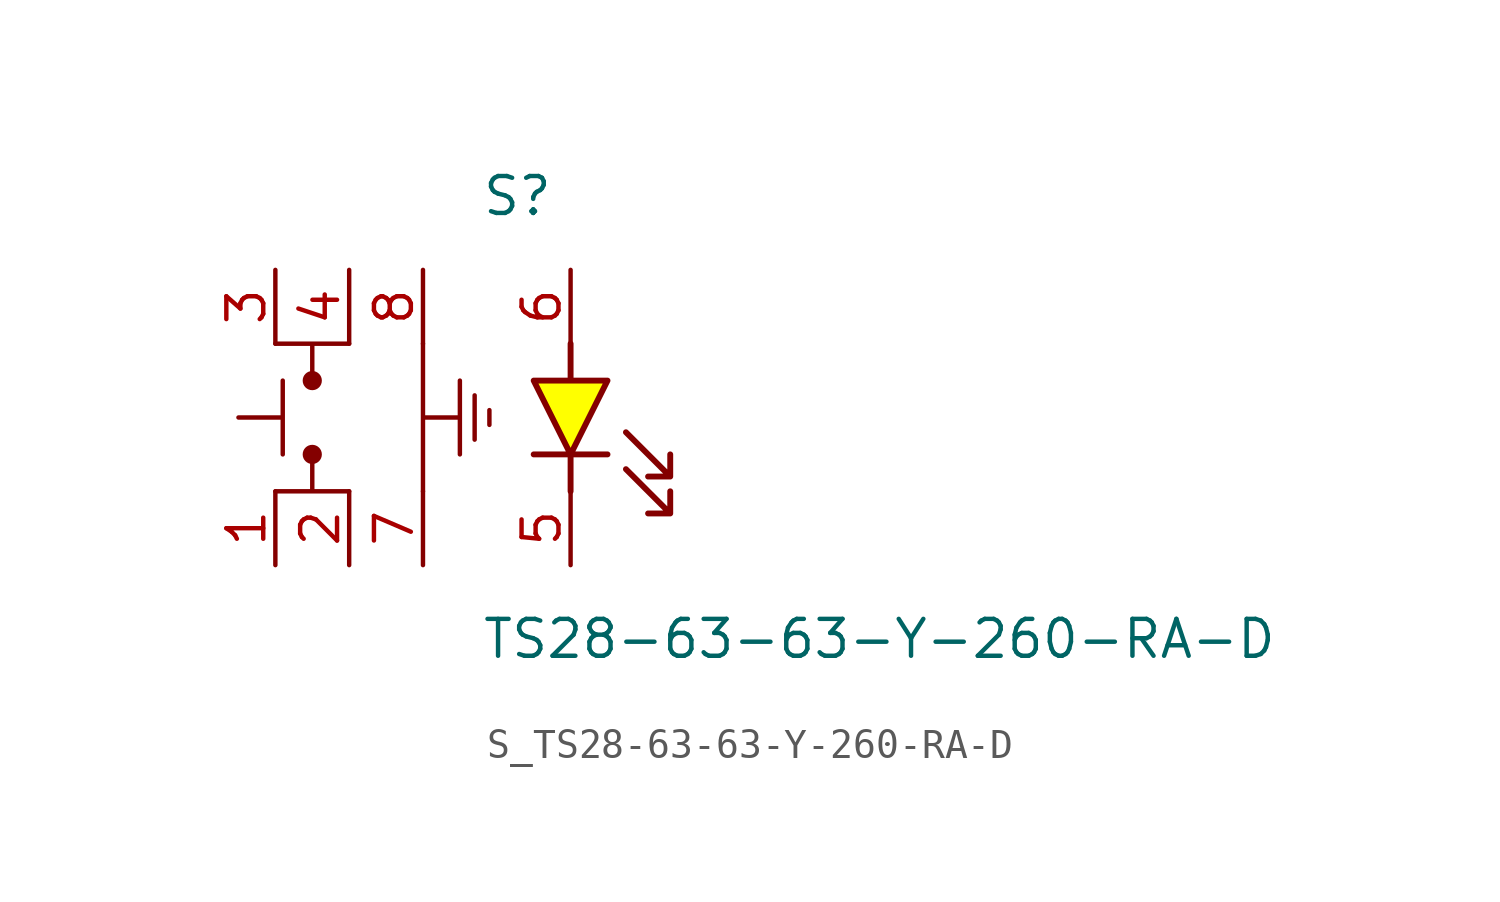
<source format=kicad_sym>
(kicad_symbol_lib
  (version 20231120)
  (generator kicad_symbol_editor)
  (generator_version 8.0)
  (symbol "S_TS28-63-63-Y-260-RA-D"
    (pin_names
      (offset 0.254))
    (property "Reference" "S"
      (at 2 7.62 0)
      (effects (font (size 1.27 1.27)) (justify left)))
    (property "Value" "TS28-63-63-Y-260-RA-D"
      (at 2 -7.62 0)
      (effects (font (size 1.27 1.27)) (justify left)))
    (symbol "S_TS28-63-63-Y-260-RA-D_0_0"
      (pin passive line (at -5.08 5.08 270) (length 2.54) (name "" (effects (font (size 1.27 1.27)))) (number "3" (effects (font (size 1.27 1.27)))))
      (pin passive line (at -2.54 5.08 270) (length 2.54) (name "" (effects (font (size 1.27 1.27)))) (number "4" (effects (font (size 1.27 1.27)))))
      (pin passive line (at 0 5.08 270) (length 2.54) (name "" (effects (font (size 1.27 1.27)))) (number "8" (effects (font (size 1.27 1.27)))))
      (pin passive line (at 5.08 5.08 270) (length 2.54) (name "" (effects (font (size 1.27 1.27)))) (number "6" (effects (font (size 1.27 1.27)))))
      (pin passive line (at -5.08 -5.08 90) (length 2.54) (name "" (effects (font (size 1.27 1.27)))) (number "1" (effects (font (size 1.27 1.27)))))
      (pin passive line (at -2.54 -5.08 90) (length 2.54) (name "" (effects (font (size 1.27 1.27)))) (number "2" (effects (font (size 1.27 1.27)))))
      (pin passive line (at 0 -5.08 90) (length 2.54) (name "" (effects (font (size 1.27 1.27)))) (number "7" (effects (font (size 1.27 1.27)))))
      (pin passive line (at 5.08 -5.08 90) (length 2.54) (name "" (effects (font (size 1.27 1.27)))) (number "5" (effects (font (size 1.27 1.27)))))
      (polyline (pts (xy -4.826 1.27) (xy -4.826 -1.27) (xy -4.826 0) (xy -6.35 0)) (stroke (width 0) (type default)) (fill (type none)))
      (circle (center -3.81 1.27) (radius 0.254) (stroke (width 0) (type solid)) (fill (type outline)))
      (circle (center -3.81 -1.27) (radius 0.254) (stroke (width 0) (type solid)) (fill (type outline)))
      (polyline (pts (xy -2.54 2.54) (xy -5.08 2.54) (xy -3.81 2.54) (xy -3.81 1.27)) (stroke (width 0) (type default)) (fill (type none)))
      (polyline (pts (xy -2.54 -2.54) (xy -5.08 -2.54) (xy -3.81 -2.54) (xy -3.81 -1.27)) (stroke (width 0) (type default)) (fill (type none)))
      (polyline (pts (xy 5.08 -2.54) (xy 5.08 -1.27) (xy 6.35 -1.27) (xy 5.08 -1.27) (xy 6.35 1.27) (xy 5.08 1.27) (xy 5.08 2.54) (xy 5.08 1.27) (xy 3.81 1.27) (xy 5.08 -1.27) (xy 3.81 -1.27) (xy 5.08 -1.27) (xy 5.08 -2.54)) (stroke (width 0.203) (type solid)) (fill (type color) (color 255 255 0 1)))
      (polyline (pts (xy 6.985 -0.508) (xy 8.509 -2.032) (xy 8.509 -1.27) (xy 8.509 -2.032) (xy 7.747 -2.032)) (stroke (width 0.203) (type default)) (fill (type none)))
      (polyline (pts (xy 6.985 -1.778) (xy 8.509 -3.302) (xy 8.509 -2.54) (xy 8.509 -3.302) (xy 7.747 -3.302)) (stroke (width 0.203) (type default)) (fill (type none)))
      (polyline (pts (xy 0 2.54) (xy 0 -2.54) (xy 0 0) (xy 1.27 0) (xy 1.27 1.27) (xy 1.27 -1.27)) (stroke (width 0) (type default)) (fill (type none)))
      (polyline (pts (xy 1.778 -0.762) (xy 1.778 0.762)) (stroke (width 0) (type default)) (fill (type none)))
      (polyline (pts (xy 2.286 -0.254) (xy 2.286 0.254)) (stroke (width 0) (type default)) (fill (type none))))
    (symbol "S_TS28-63-63-Y-260-RA-D_1_0")))
</source>
